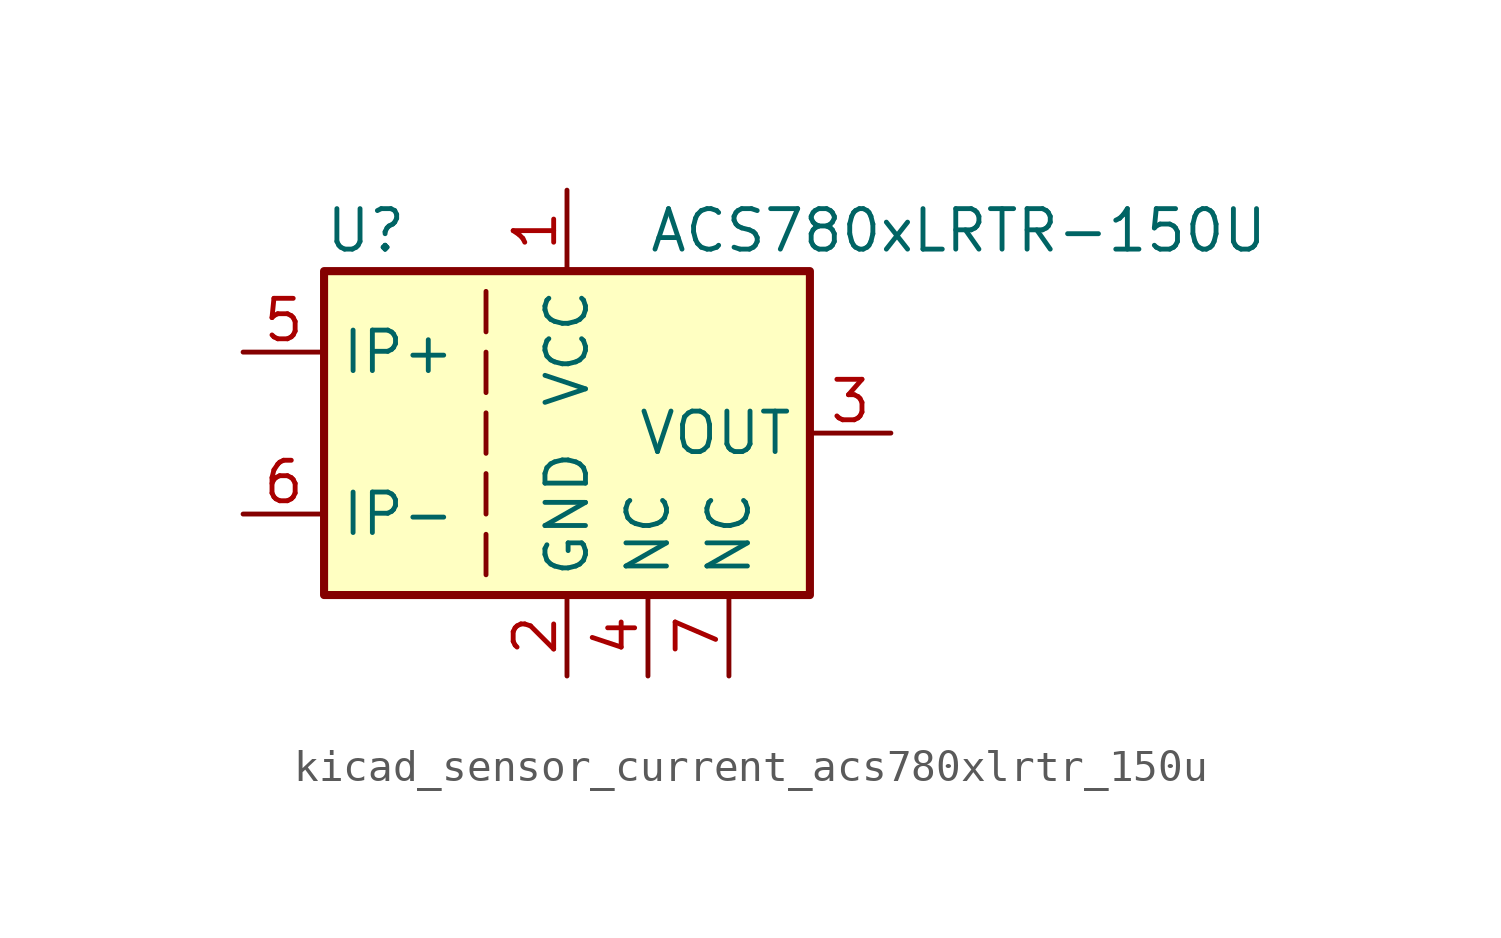
<source format=kicad_sym>
(kicad_symbol_lib
  (version 20220914)
  (generator kicad_symbol_editor)
  (symbol "kicad_sensor_current_acs780xlrtr_150u"
    (property "Reference" "U"
      (at -7.62 6.35 0)
      (effects (font (size 1.27 1.27)) (justify left)))
    (property "Value" "ACS780xLRTR-150U"
      (at 2.54 6.35 0)
      (effects (font (size 1.27 1.27)) (justify left)))
    (symbol "kicad_sensor_current_acs780xlrtr_150u_0_1"
      (rectangle (start -7.62 5.08) (end 7.62 -5.08) (stroke (width 0.254) (type default)) (fill (type background)))
      (polyline (pts (xy -2.54 -3.175) (xy -2.54 -4.445)) (stroke (width 0) (type default)) (fill (type none)))
      (polyline (pts (xy -2.54 -1.27) (xy -2.54 -2.54)) (stroke (width 0) (type default)) (fill (type none)))
      (polyline (pts (xy -2.54 0.635) (xy -2.54 -0.635)) (stroke (width 0) (type default)) (fill (type none)))
      (polyline (pts (xy -2.54 1.27) (xy -2.54 2.54)) (stroke (width 0) (type default)) (fill (type none)))
      (polyline (pts (xy -2.54 3.175) (xy -2.54 4.445)) (stroke (width 0) (type default)) (fill (type none))))
    (symbol "kicad_sensor_current_acs780xlrtr_150u_1_1"
      (pin power_in line (at 0 7.62 270) (length 2.54) (name "VCC" (effects (font (size 1.27 1.27)))) (number "1" (effects (font (size 1.27 1.27)))))
      (pin power_in line (at 0 -7.62 90) (length 2.54) (name "GND" (effects (font (size 1.27 1.27)))) (number "2" (effects (font (size 1.27 1.27)))))
      (pin output line (at 10.16 0 180) (length 2.54) (name "VOUT" (effects (font (size 1.27 1.27)))) (number "3" (effects (font (size 1.27 1.27)))))
      (pin passive line (at 2.54 -7.62 90) (length 2.54) (name "NC" (effects (font (size 1.27 1.27)))) (number "4" (effects (font (size 1.27 1.27)))))
      (pin passive line (at -10.16 2.54 0) (length 2.54) (name "IP+" (effects (font (size 1.27 1.27)))) (number "5" (effects (font (size 1.27 1.27)))))
      (pin passive line (at -10.16 -2.54 0) (length 2.54) (name "IP-" (effects (font (size 1.27 1.27)))) (number "6" (effects (font (size 1.27 1.27)))))
      (pin passive line (at 5.08 -7.62 90) (length 2.54) (name "NC" (effects (font (size 1.27 1.27)))) (number "7" (effects (font (size 1.27 1.27))))))))
</source>
